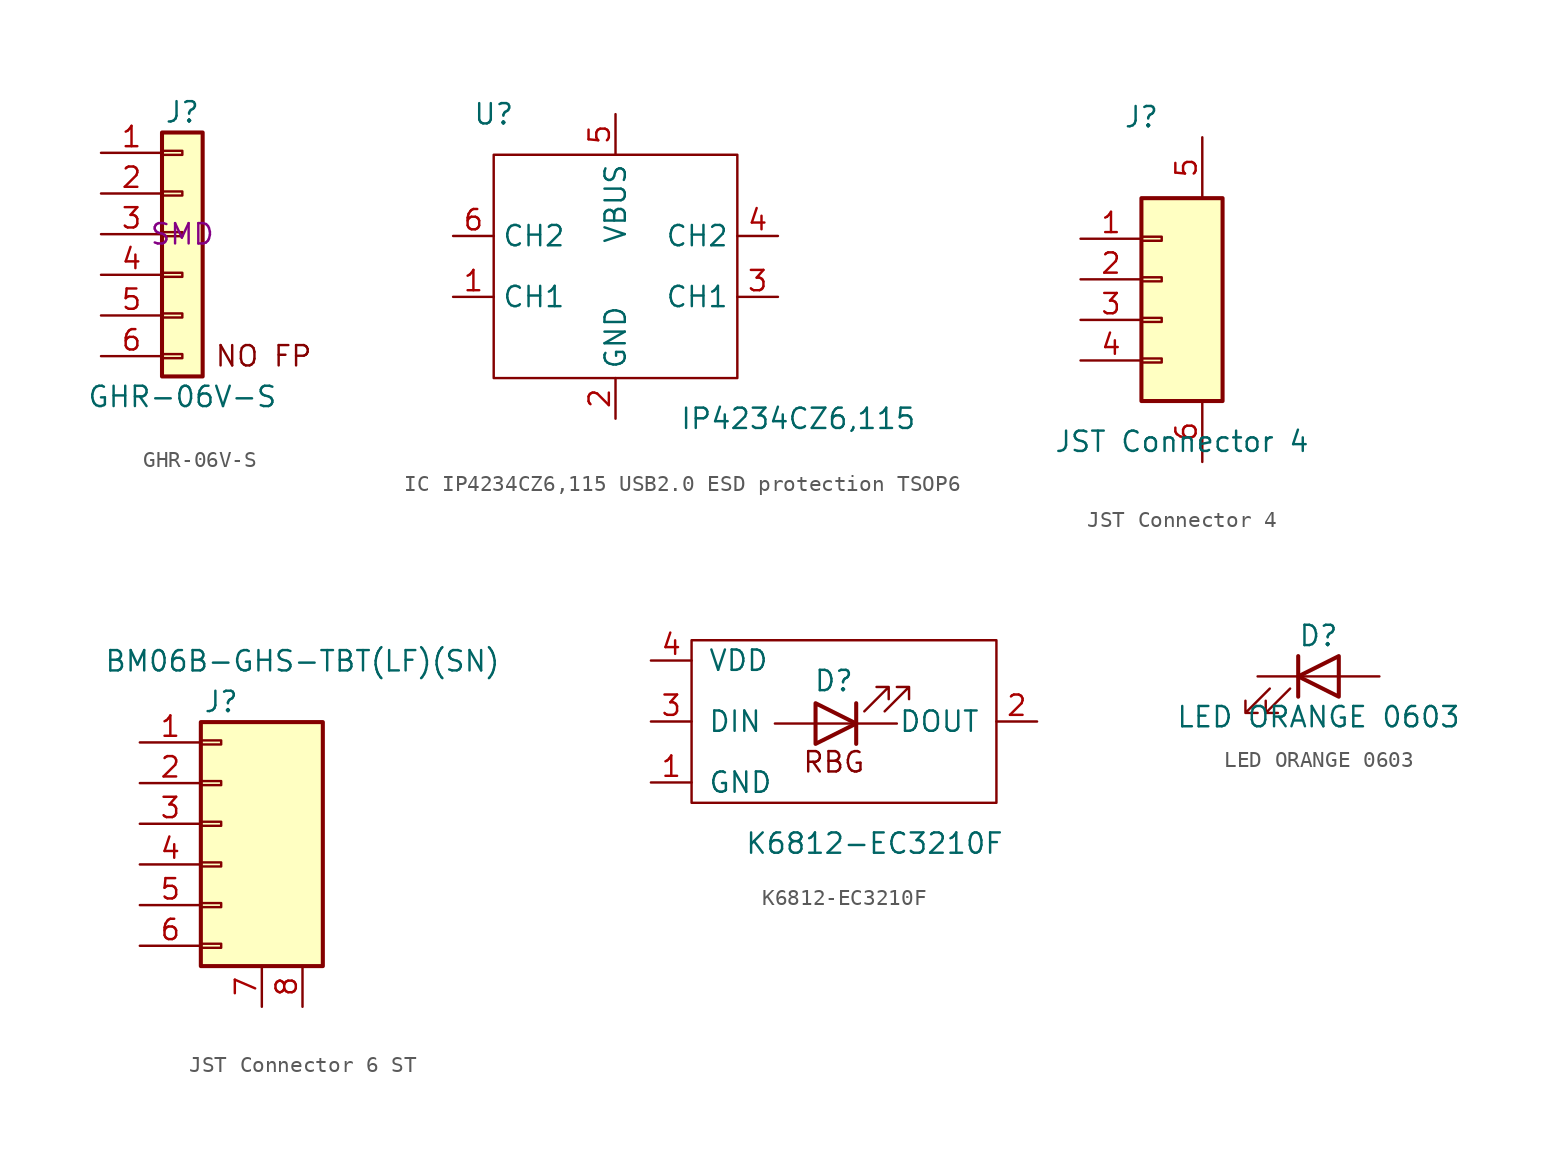
<source format=kicad_sym>
(kicad_symbol_lib
  (version 20231120)
  (generator "kicad_symbol_editor")
  (generator_version "8.0")
  (symbol "GHR-06V-S"
    (pin_names
      (offset 1.016) hide)
    (property "Reference" "J"
      (at 0 7.62 0)
      (effects (font (size 1.27 1.27))))
    (property "Value" "GHR-06V-S"
      (at 0 -10.16 0)
      (effects (font (size 1.27 1.27))))
    (property "Type" "SMD"
      (at 0 0 0)
      (effects (font (size 1.27 1.27))))
    (symbol "GHR-06V-S_1_1"
      (rectangle (start -1.27 -7.493) (end 0 -7.747) (stroke (width 0.152) (type default)) (fill (type none)))
      (rectangle (start -1.27 -4.953) (end 0 -5.207) (stroke (width 0.152) (type default)) (fill (type none)))
      (rectangle (start -1.27 -2.413) (end 0 -2.667) (stroke (width 0.152) (type default)) (fill (type none)))
      (rectangle (start -1.27 0.127) (end 0 -0.127) (stroke (width 0.152) (type default)) (fill (type none)))
      (rectangle (start -1.27 2.667) (end 0 2.413) (stroke (width 0.152) (type default)) (fill (type none)))
      (rectangle (start -1.27 5.207) (end 0 4.953) (stroke (width 0.152) (type default)) (fill (type none)))
      (rectangle (start -1.27 6.35) (end 1.27 -8.89) (stroke (width 0.254) (type default)) (fill (type background)))
      (text "NO FP" (at 5.08 -7.62 0) (effects (font (size 1.27 1.27))))
      (pin passive line (at -5.08 5.08 0) (length 3.81) (name "Pin_1" (effects (font (size 1.27 1.27)))) (number "1" (effects (font (size 1.27 1.27)))))
      (pin passive line (at -5.08 2.54 0) (length 3.81) (name "Pin_2" (effects (font (size 1.27 1.27)))) (number "2" (effects (font (size 1.27 1.27)))))
      (pin passive line (at -5.08 0 0) (length 3.81) (name "Pin_3" (effects (font (size 1.27 1.27)))) (number "3" (effects (font (size 1.27 1.27)))))
      (pin passive line (at -5.08 -2.54 0) (length 3.81) (name "Pin_4" (effects (font (size 1.27 1.27)))) (number "4" (effects (font (size 1.27 1.27)))))
      (pin passive line (at -5.08 -5.08 0) (length 3.81) (name "Pin_5" (effects (font (size 1.27 1.27)))) (number "5" (effects (font (size 1.27 1.27)))))
      (pin passive line (at -5.08 -7.62 0) (length 3.81) (name "Pin_6" (effects (font (size 1.27 1.27)))) (number "6" (effects (font (size 1.27 1.27)))))))
  (symbol "IC IP4234CZ6,115 USB2.0 ESD protection TSOP6"
    (property "Reference" "U"
      (at 0 2.54 0)
      (effects (font (size 1.27 1.27))))
    (property "Value" "IP4234CZ6,115"
      (at 19.05 -16.51 0)
      (effects (font (size 1.27 1.27))))
    (symbol "IC IP4234CZ6,115 USB2.0 ESD protection TSOP6_0_1"
      (rectangle (start 0 0) (end 15.24 -13.97) (stroke (width 0) (type default)) (fill (type none))))
    (symbol "IC IP4234CZ6,115 USB2.0 ESD protection TSOP6_1_1"
      (pin passive line (at -2.54 -8.89 0) (length 2.54) (name "CH1" (effects (font (size 1.27 1.27)))) (number "1" (effects (font (size 1.27 1.27)))))
      (pin power_in line (at 7.62 -16.51 90) (length 2.54) (name "GND" (effects (font (size 1.27 1.27)))) (number "2" (effects (font (size 1.27 1.27)))))
      (pin passive line (at 17.78 -8.89 180) (length 2.54) (name "CH1" (effects (font (size 1.27 1.27)))) (number "3" (effects (font (size 1.27 1.27)))))
      (pin passive line (at 17.78 -5.08 180) (length 2.54) (name "CH2" (effects (font (size 1.27 1.27)))) (number "4" (effects (font (size 1.27 1.27)))))
      (pin power_in line (at 7.62 2.54 270) (length 2.54) (name "VBUS" (effects (font (size 1.27 1.27)))) (number "5" (effects (font (size 1.27 1.27)))))
      (pin passive line (at -2.54 -5.08 0) (length 2.54) (name "CH2" (effects (font (size 1.27 1.27)))) (number "6" (effects (font (size 1.27 1.27)))))))
  (symbol "JST Connector 4"
    (pin_names
      (offset 1.016) hide)
    (property "Reference" "J"
      (at 0 7.62 0)
      (effects (font (size 1.27 1.27))))
    (property "Value" "JST Connector 4"
      (at 2.54 -12.7 0)
      (effects (font (size 1.27 1.27))))
    (symbol "JST Connector 4_1_1"
      (rectangle (start 0 -7.493) (end 1.27 -7.747) (stroke (width 0.152) (type default)) (fill (type none)))
      (rectangle (start 0 -4.953) (end 1.27 -5.207) (stroke (width 0.152) (type default)) (fill (type none)))
      (rectangle (start 0 -2.413) (end 1.27 -2.667) (stroke (width 0.152) (type default)) (fill (type none)))
      (rectangle (start 0 0.127) (end 1.27 -0.127) (stroke (width 0.152) (type default)) (fill (type none)))
      (rectangle (start 0 2.54) (end 5.08 -10.16) (stroke (width 0.254) (type default)) (fill (type background)))
      (pin passive line (at -3.81 0 0) (length 3.81) (name "Pin_1" (effects (font (size 1.27 1.27)))) (number "1" (effects (font (size 1.27 1.27)))))
      (pin passive line (at -3.81 -2.54 0) (length 3.81) (name "Pin_2" (effects (font (size 1.27 1.27)))) (number "2" (effects (font (size 1.27 1.27)))))
      (pin passive line (at -3.81 -5.08 0) (length 3.81) (name "Pin_3" (effects (font (size 1.27 1.27)))) (number "3" (effects (font (size 1.27 1.27)))))
      (pin passive line (at -3.81 -7.62 0) (length 3.81) (name "Pin_4" (effects (font (size 1.27 1.27)))) (number "4" (effects (font (size 1.27 1.27)))))
      (pin passive line (at 3.81 6.35 270) (length 3.81) (name "Pin_5" (effects (font (size 1.27 1.27)))) (number "5" (effects (font (size 1.27 1.27)))))
      (pin passive line (at 3.81 -13.97 90) (length 3.81) (name "Pin_6" (effects (font (size 1.27 1.27)))) (number "6" (effects (font (size 1.27 1.27)))))))
  (symbol "JST Connector 6 ST"
    (pin_names
      (offset 1.016) hide)
    (property "Reference" "J"
      (at 0 7.62 0)
      (effects (font (size 1.27 1.27))))
    (property "Value" "BM06B-GHS-TBT(LF)(SN)"
      (at 5.08 10.16 0)
      (effects (font (size 1.27 1.27))))
    (symbol "JST Connector 6 ST_1_1"
      (rectangle (start -1.27 -7.493) (end 0 -7.747) (stroke (width 0.152) (type default)) (fill (type none)))
      (rectangle (start -1.27 -4.953) (end 0 -5.207) (stroke (width 0.152) (type default)) (fill (type none)))
      (rectangle (start -1.27 -2.413) (end 0 -2.667) (stroke (width 0.152) (type default)) (fill (type none)))
      (rectangle (start -1.27 0.127) (end 0 -0.127) (stroke (width 0.152) (type default)) (fill (type none)))
      (rectangle (start -1.27 2.667) (end 0 2.413) (stroke (width 0.152) (type default)) (fill (type none)))
      (rectangle (start -1.27 5.207) (end 0 4.953) (stroke (width 0.152) (type default)) (fill (type none)))
      (rectangle (start -1.27 6.35) (end 6.35 -8.89) (stroke (width 0.254) (type default)) (fill (type background)))
      (pin passive line (at -5.08 5.08 0) (length 3.81) (name "Pin_1" (effects (font (size 1.27 1.27)))) (number "1" (effects (font (size 1.27 1.27)))))
      (pin passive line (at -5.08 2.54 0) (length 3.81) (name "Pin_2" (effects (font (size 1.27 1.27)))) (number "2" (effects (font (size 1.27 1.27)))))
      (pin passive line (at -5.08 0 0) (length 3.81) (name "Pin_3" (effects (font (size 1.27 1.27)))) (number "3" (effects (font (size 1.27 1.27)))))
      (pin passive line (at -5.08 -2.54 0) (length 3.81) (name "Pin_4" (effects (font (size 1.27 1.27)))) (number "4" (effects (font (size 1.27 1.27)))))
      (pin passive line (at -5.08 -5.08 0) (length 3.81) (name "Pin_5" (effects (font (size 1.27 1.27)))) (number "5" (effects (font (size 1.27 1.27)))))
      (pin passive line (at -5.08 -7.62 0) (length 3.81) (name "Pin_6" (effects (font (size 1.27 1.27)))) (number "6" (effects (font (size 1.27 1.27)))))
      (pin passive line (at 2.54 -11.43 90) (length 2.54) (name "FIX" (effects (font (size 1.27 1.27)))) (number "7" (effects (font (size 1.27 1.27)))))
      (pin passive line (at 5.08 -11.43 90) (length 2.54) (name "FIX" (effects (font (size 1.27 1.27)))) (number "8" (effects (font (size 1.27 1.27)))))))
  (symbol "K6812-EC3210F"
    (pin_names
      (offset 1.016))
    (property "Reference" "D"
      (at 0 2.54 0)
      (effects (font (size 1.27 1.27))))
    (property "Value" "K6812-EC3210F"
      (at 2.54 -7.62 0)
      (effects (font (size 1.27 1.27))))
    (symbol "K6812-EC3210F_0_1"
      (polyline (pts (xy -1.143 -0.127) (xy -3.683 -0.127)) (stroke (width 0) (type default)) (fill (type none)))
      (polyline (pts (xy 1.397 -0.127) (xy -1.143 -0.127)) (stroke (width 0) (type default)) (fill (type none)))
      (polyline (pts (xy 1.397 -0.127) (xy 3.937 -0.127)) (stroke (width 0) (type default)) (fill (type none)))
      (polyline (pts (xy 1.397 1.143) (xy 1.397 -1.397)) (stroke (width 0.254) (type default)) (fill (type none)))
      (polyline (pts (xy -1.143 1.143) (xy -1.143 -1.397) (xy 1.397 -0.127) (xy -1.143 1.143)) (stroke (width 0.254) (type default)) (fill (type none)))
      (polyline (pts (xy 1.905 0.635) (xy 3.429 2.159) (xy 2.667 2.159) (xy 3.429 2.159) (xy 3.429 1.397)) (stroke (width 0) (type default)) (fill (type none)))
      (polyline (pts (xy 3.175 0.635) (xy 4.699 2.159) (xy 3.937 2.159) (xy 4.699 2.159) (xy 4.699 1.397)) (stroke (width 0) (type default)) (fill (type none))))
    (symbol "K6812-EC3210F_1_1"
      (rectangle (start -8.89 5.08) (end 10.16 -5.08) (stroke (width 0) (type default)) (fill (type none)))
      (text "RBG" (at 0 -2.54 0) (effects (font (size 1.27 1.27))))
      (pin power_in line (at -11.43 -3.81 0) (length 2.54) (name "GND" (effects (font (size 1.27 1.27)))) (number "1" (effects (font (size 1.27 1.27)))))
      (pin output line (at 12.7 0 180) (length 2.54) (name "DOUT" (effects (font (size 1.27 1.27)))) (number "2" (effects (font (size 1.27 1.27)))))
      (pin input line (at -11.43 0 0) (length 2.54) (name "DIN" (effects (font (size 1.27 1.27)))) (number "3" (effects (font (size 1.27 1.27)))))
      (pin power_in line (at -11.43 3.81 0) (length 2.54) (name "VDD" (effects (font (size 1.27 1.27)))) (number "4" (effects (font (size 1.27 1.27)))))))
  (symbol "LED ORANGE 0603"
    (pin_numbers hide)
    (pin_names
      (offset 1.016) hide)
    (property "Reference" "D"
      (at 0 2.54 0)
      (effects (font (size 1.27 1.27))))
    (property "Value" "LED ORANGE 0603"
      (at 0 -2.54 0)
      (effects (font (size 1.27 1.27))))
    (symbol "LED ORANGE 0603_0_1"
      (polyline (pts (xy -1.27 -1.27) (xy -1.27 1.27)) (stroke (width 0.254) (type default)) (fill (type none)))
      (polyline (pts (xy -1.27 0) (xy 1.27 0)) (stroke (width 0) (type default)) (fill (type none)))
      (polyline (pts (xy 1.27 -1.27) (xy 1.27 1.27) (xy -1.27 0) (xy 1.27 -1.27)) (stroke (width 0.254) (type default)) (fill (type none)))
      (polyline (pts (xy -3.048 -0.762) (xy -4.572 -2.286) (xy -3.81 -2.286) (xy -4.572 -2.286) (xy -4.572 -1.524)) (stroke (width 0) (type default)) (fill (type none)))
      (polyline (pts (xy -1.778 -0.762) (xy -3.302 -2.286) (xy -2.54 -2.286) (xy -3.302 -2.286) (xy -3.302 -1.524)) (stroke (width 0) (type default)) (fill (type none))))
    (symbol "LED ORANGE 0603_1_1"
      (pin passive line (at -3.81 0 0) (length 2.54) (name "K" (effects (font (size 1.27 1.27)))) (number "1" (effects (font (size 1.27 1.27)))))
      (pin passive line (at 3.81 0 180) (length 2.54) (name "A" (effects (font (size 1.27 1.27)))) (number "2" (effects (font (size 1.27 1.27))))))))
</source>
